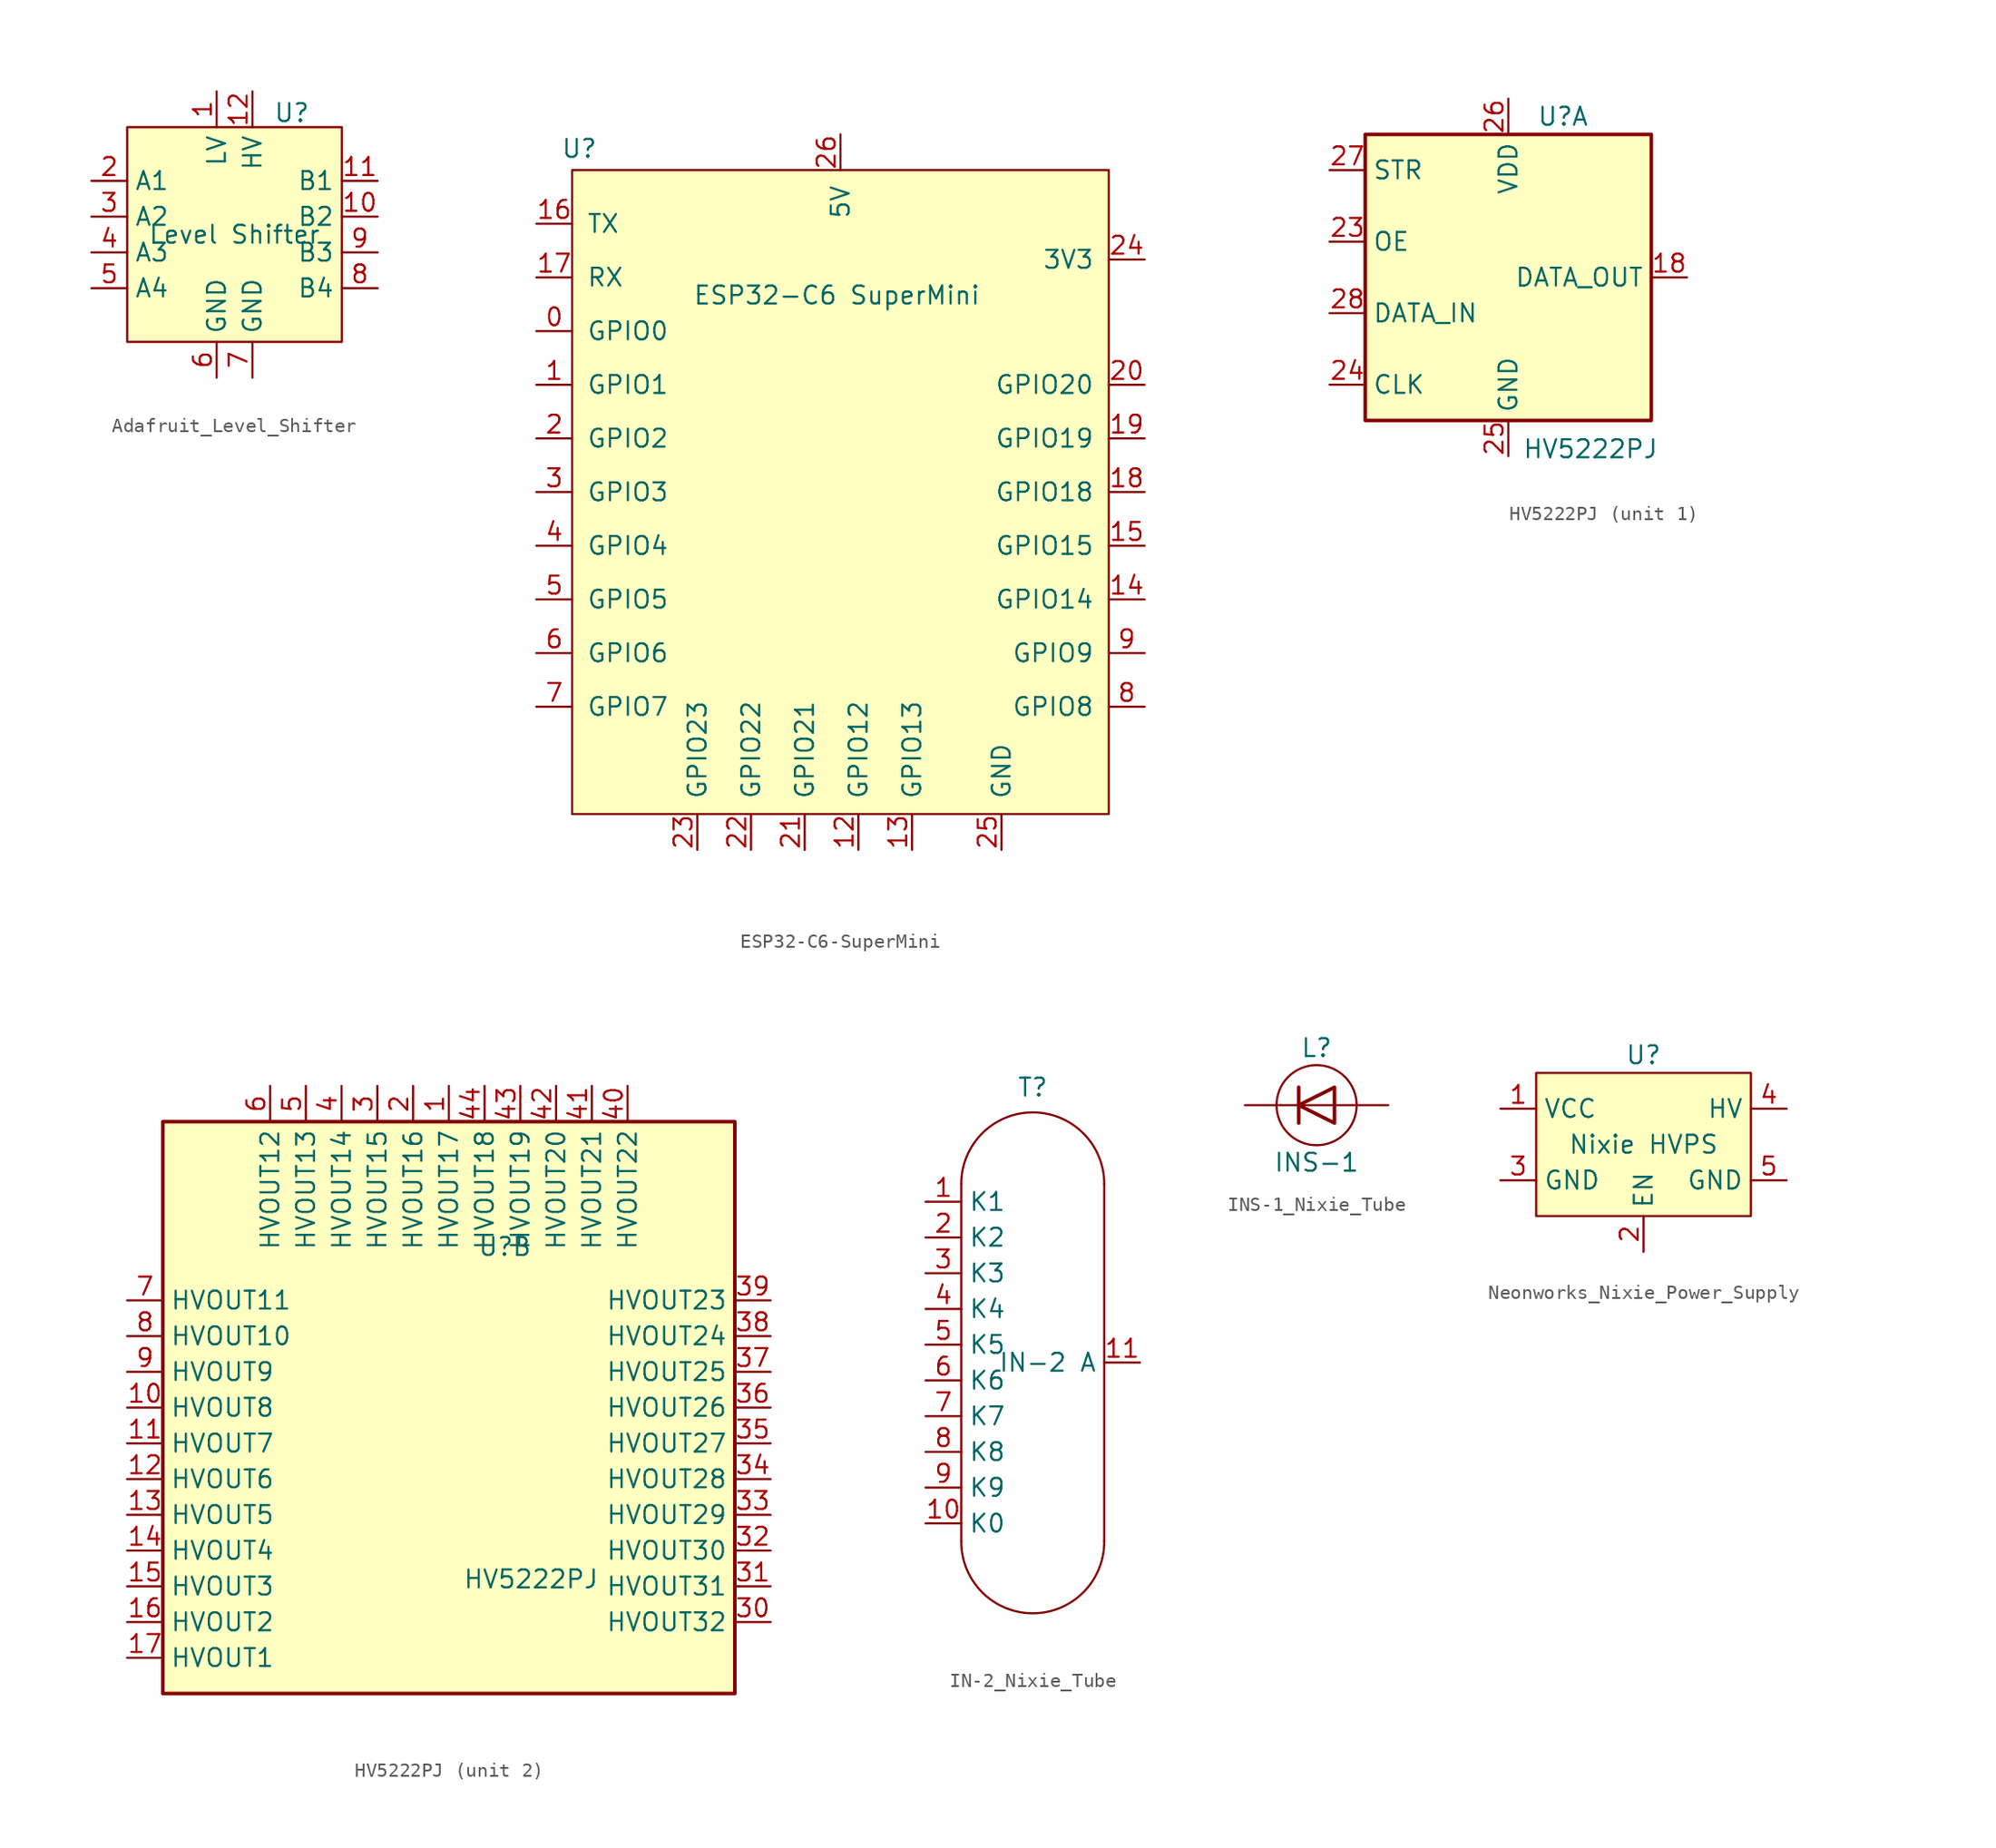
<source format=kicad_sym>
(kicad_symbol_lib
  (version 20241209)
  (generator "kicad_symbol_editor")
  (generator_version "9.0")
  (symbol "Adafruit_Level_Shifter"
    (property "Reference" "U"
      (at 4.064 8.636 0)
      (effects (font (size 1.27 1.27))))
    (property "Value" "Level Shifter"
      (at 0 0 0)
      (effects (font (size 1.27 1.27))))
    (symbol "Adafruit_Level_Shifter_0_0"
      (pin bidirectional line (at -10.16 3.81 0) (length 2.54) (name "A1" (effects (font (size 1.27 1.27)))) (number "2" (effects (font (size 1.27 1.27)))))
      (pin bidirectional line (at -10.16 1.27 0) (length 2.54) (name "A2" (effects (font (size 1.27 1.27)))) (number "3" (effects (font (size 1.27 1.27)))))
      (pin bidirectional line (at -10.16 -1.27 0) (length 2.54) (name "A3" (effects (font (size 1.27 1.27)))) (number "4" (effects (font (size 1.27 1.27)))))
      (pin bidirectional line (at -10.16 -3.81 0) (length 2.54) (name "A4" (effects (font (size 1.27 1.27)))) (number "5" (effects (font (size 1.27 1.27)))))
      (pin power_in line (at -1.27 10.16 270) (length 2.54) (name "LV" (effects (font (size 1.27 1.27)))) (number "1" (effects (font (size 1.27 1.27)))))
      (pin power_in line (at -1.27 -10.16 90) (length 2.54) (name "GND" (effects (font (size 1.27 1.27)))) (number "6" (effects (font (size 1.27 1.27)))))
      (pin power_in line (at 1.27 10.16 270) (length 2.54) (name "HV" (effects (font (size 1.27 1.27)))) (number "12" (effects (font (size 1.27 1.27)))))
      (pin power_in line (at 1.27 -10.16 90) (length 2.54) (name "GND" (effects (font (size 1.27 1.27)))) (number "7" (effects (font (size 1.27 1.27)))))
      (pin bidirectional line (at 10.16 3.81 180) (length 2.54) (name "B1" (effects (font (size 1.27 1.27)))) (number "11" (effects (font (size 1.27 1.27)))))
      (pin bidirectional line (at 10.16 1.27 180) (length 2.54) (name "B2" (effects (font (size 1.27 1.27)))) (number "10" (effects (font (size 1.27 1.27)))))
      (pin bidirectional line (at 10.16 -1.27 180) (length 2.54) (name "B3" (effects (font (size 1.27 1.27)))) (number "9" (effects (font (size 1.27 1.27)))))
      (pin bidirectional line (at 10.16 -3.81 180) (length 2.54) (name "B4" (effects (font (size 1.27 1.27)))) (number "8" (effects (font (size 1.27 1.27))))))
    (symbol "Adafruit_Level_Shifter_1_1"
      (rectangle (start -7.62 7.62) (end 7.62 -7.62) (stroke (width 0) (type solid)) (fill (type background)))))
  (symbol "ESP32-C6-SuperMini"
    (pin_names
      (offset 1.016))
    (property "Reference" "U"
      (at -18.542 23.114 0)
      (effects (font (size 1.27 1.27))))
    (property "Value" "ESP32-C6 SuperMini"
      (at -0.254 12.7 0)
      (effects (font (size 1.27 1.27))))
    (symbol "ESP32-C6-SuperMini_1_0"
      (pin bidirectional line (at -10.16 -26.67 90) (length 2.54) (name "GPIO23" (effects (font (size 1.27 1.27)))) (number "23" (effects (font (size 1.27 1.27)))))
      (pin bidirectional line (at -6.35 -26.67 90) (length 2.54) (name "GPIO22" (effects (font (size 1.27 1.27)))) (number "22" (effects (font (size 1.27 1.27)))))
      (pin bidirectional line (at -2.54 -26.67 90) (length 2.54) (name "GPIO21" (effects (font (size 1.27 1.27)))) (number "21" (effects (font (size 1.27 1.27)))))
      (pin bidirectional line (at 1.27 -26.67 90) (length 2.54) (name "GPIO12" (effects (font (size 1.27 1.27)))) (number "12" (effects (font (size 1.27 1.27)))) (alternate "USB_D-" bidirectional line))
      (pin bidirectional line (at 5.08 -26.67 90) (length 2.54) (name "GPIO13" (effects (font (size 1.27 1.27)))) (number "13" (effects (font (size 1.27 1.27)))) (alternate "USB_D+" bidirectional line)))
    (symbol "ESP32-C6-SuperMini_1_1"
      (rectangle (start -19.05 21.59) (end 19.05 -24.13) (stroke (width 0) (type solid)) (fill (type background)))
      (pin output line (at -21.59 17.78 0) (length 2.54) (name "TX" (effects (font (size 1.27 1.27)))) (number "16" (effects (font (size 1.27 1.27)))))
      (pin input line (at -21.59 13.97 0) (length 2.54) (name "RX" (effects (font (size 1.27 1.27)))) (number "17" (effects (font (size 1.27 1.27)))))
      (pin bidirectional line (at -21.59 10.16 0) (length 2.54) (name "GPIO0" (effects (font (size 1.27 1.27)))) (number "0" (effects (font (size 1.27 1.27)))))
      (pin bidirectional line (at -21.59 6.35 0) (length 2.54) (name "GPIO1" (effects (font (size 1.27 1.27)))) (number "1" (effects (font (size 1.27 1.27)))))
      (pin bidirectional line (at -21.59 2.54 0) (length 2.54) (name "GPIO2" (effects (font (size 1.27 1.27)))) (number "2" (effects (font (size 1.27 1.27)))))
      (pin bidirectional line (at -21.59 -1.27 0) (length 2.54) (name "GPIO3" (effects (font (size 1.27 1.27)))) (number "3" (effects (font (size 1.27 1.27)))))
      (pin bidirectional line (at -21.59 -5.08 0) (length 2.54) (name "GPIO4" (effects (font (size 1.27 1.27)))) (number "4" (effects (font (size 1.27 1.27)))) (alternate "MTMS" bidirectional line))
      (pin bidirectional line (at -21.59 -8.89 0) (length 2.54) (name "GPIO5" (effects (font (size 1.27 1.27)))) (number "5" (effects (font (size 1.27 1.27)))) (alternate "MTDI" bidirectional line))
      (pin bidirectional line (at -21.59 -12.7 0) (length 2.54) (name "GPIO6" (effects (font (size 1.27 1.27)))) (number "6" (effects (font (size 1.27 1.27)))))
      (pin bidirectional line (at -21.59 -16.51 0) (length 2.54) (name "GPIO7" (effects (font (size 1.27 1.27)))) (number "7" (effects (font (size 1.27 1.27)))))
      (pin power_in line (at 0 24.13 270) (length 2.54) (name "5V" (effects (font (size 1.27 1.27)))) (number "26" (effects (font (size 1.27 1.27)))))
      (pin power_in line (at 11.43 -26.67 90) (length 2.54) (name "GND" (effects (font (size 1.27 1.27)))) (number "25" (effects (font (size 1.27 1.27)))))
      (pin power_out line (at 21.59 15.24 180) (length 2.54) (name "3V3" (effects (font (size 1.27 1.27)))) (number "24" (effects (font (size 1.27 1.27)))))
      (pin bidirectional line (at 21.59 6.35 180) (length 2.54) (name "GPIO20" (effects (font (size 1.27 1.27)))) (number "20" (effects (font (size 1.27 1.27)))))
      (pin bidirectional line (at 21.59 2.54 180) (length 2.54) (name "GPIO19" (effects (font (size 1.27 1.27)))) (number "19" (effects (font (size 1.27 1.27)))) (alternate "FSPID" bidirectional line))
      (pin bidirectional line (at 21.59 -1.27 180) (length 2.54) (name "GPIO18" (effects (font (size 1.27 1.27)))) (number "18" (effects (font (size 1.27 1.27)))) (alternate "FSPIQ" bidirectional line))
      (pin bidirectional line (at 21.59 -5.08 180) (length 2.54) (name "GPIO15" (effects (font (size 1.27 1.27)))) (number "15" (effects (font (size 1.27 1.27)))) (alternate "LED" output line))
      (pin bidirectional line (at 21.59 -8.89 180) (length 2.54) (name "GPIO14" (effects (font (size 1.27 1.27)))) (number "14" (effects (font (size 1.27 1.27)))))
      (pin bidirectional line (at 21.59 -12.7 180) (length 2.54) (name "GPIO9" (effects (font (size 1.27 1.27)))) (number "9" (effects (font (size 1.27 1.27)))) (alternate "BOOT" input line))
      (pin bidirectional line (at 21.59 -16.51 180) (length 2.54) (name "GPIO8" (effects (font (size 1.27 1.27)))) (number "8" (effects (font (size 1.27 1.27)))) (alternate "RGBLED" output line))))
  (symbol "HV5222PJ"
    (property "Reference" "U"
      (at 2.032 11.43 0)
      (effects (font (size 1.27 1.27)) (justify left)))
    (property "Value" "HV5222PJ"
      (at 5.842 -12.192 0)
      (effects (font (size 1.27 1.27))))
    (property "ki_locked" ""
      (at 0 0 0)
      (effects (font (size 1.27 1.27))))
    (symbol "HV5222PJ_1_1"
      (rectangle (start -10.16 10.16) (end 10.16 -10.16) (stroke (width 0.254) (type solid)) (fill (type background)))
      (pin input line (at -12.7 7.62 0) (length 2.54) (name "STR" (effects (font (size 1.27 1.27)))) (number "27" (effects (font (size 1.27 1.27)))))
      (pin input line (at -12.7 2.54 0) (length 2.54) (name "OE" (effects (font (size 1.27 1.27)))) (number "23" (effects (font (size 1.27 1.27)))))
      (pin input line (at -12.7 -2.54 0) (length 2.54) (name "DATA_IN" (effects (font (size 1.27 1.27)))) (number "28" (effects (font (size 1.27 1.27)))))
      (pin input line (at -12.7 -7.62 0) (length 2.54) (name "CLK" (effects (font (size 1.27 1.27)))) (number "24" (effects (font (size 1.27 1.27)))))
      (pin power_in line (at 0 12.7 270) (length 2.54) (name "VDD" (effects (font (size 1.27 1.27)))) (number "26" (effects (font (size 1.27 1.27)))))
      (pin power_in line (at 0 -12.7 90) (length 2.54) (name "GND" (effects (font (size 1.27 1.27)))) (number "25" (effects (font (size 1.27 1.27)))))
      (pin output line (at 12.7 0 180) (length 2.54) (name "DATA_OUT" (effects (font (size 1.27 1.27)))) (number "18" (effects (font (size 1.27 1.27)))))
      (pin no_connect line (at 26.67 10.16 180) (length 2.54) (hide yes) (name "NC" (effects (font (size 1.27 1.27)))) (number "29" (effects (font (size 1.27 1.27)))))
      (pin no_connect line (at 26.67 6.35 180) (length 2.54) (hide yes) (name "NC" (effects (font (size 1.27 1.27)))) (number "22" (effects (font (size 1.27 1.27)))))
      (pin no_connect line (at 26.67 2.54 180) (length 2.54) (hide yes) (name "NC" (effects (font (size 1.27 1.27)))) (number "19" (effects (font (size 1.27 1.27)))))
      (pin no_connect line (at 26.67 -1.27 180) (length 2.54) (hide yes) (name "NC" (effects (font (size 1.27 1.27)))) (number "20" (effects (font (size 1.27 1.27)))))
      (pin no_connect line (at 26.67 -5.08 180) (length 2.54) (hide yes) (name "NC" (effects (font (size 1.27 1.27)))) (number "21" (effects (font (size 1.27 1.27))))))
    (symbol "HV5222PJ_2_0"
      (pin open_collector line (at 22.86 -5.08 180) (length 2.54) (name "HVOUT28" (effects (font (size 1.27 1.27)))) (number "34" (effects (font (size 1.27 1.27)))))
      (pin open_collector line (at 22.86 -7.62 180) (length 2.54) (name "HVOUT29" (effects (font (size 1.27 1.27)))) (number "33" (effects (font (size 1.27 1.27)))))
      (pin open_collector line (at 22.86 -10.16 180) (length 2.54) (name "HVOUT30" (effects (font (size 1.27 1.27)))) (number "32" (effects (font (size 1.27 1.27)))))
      (pin open_collector line (at 22.86 -12.7 180) (length 2.54) (name "HVOUT31" (effects (font (size 1.27 1.27)))) (number "31" (effects (font (size 1.27 1.27)))))
      (pin open_collector line (at 22.86 -15.24 180) (length 2.54) (name "HVOUT32" (effects (font (size 1.27 1.27)))) (number "30" (effects (font (size 1.27 1.27))))))
    (symbol "HV5222PJ_2_1"
      (rectangle (start -20.32 20.32) (end 20.32 -20.32) (stroke (width 0.254) (type solid)) (fill (type background)))
      (pin open_collector line (at -22.86 7.62 0) (length 2.54) (name "HVOUT11" (effects (font (size 1.27 1.27)))) (number "7" (effects (font (size 1.27 1.27)))))
      (pin open_collector line (at -22.86 5.08 0) (length 2.54) (name "HVOUT10" (effects (font (size 1.27 1.27)))) (number "8" (effects (font (size 1.27 1.27)))))
      (pin open_collector line (at -22.86 2.54 0) (length 2.54) (name "HVOUT9" (effects (font (size 1.27 1.27)))) (number "9" (effects (font (size 1.27 1.27)))))
      (pin open_collector line (at -22.86 0 0) (length 2.54) (name "HVOUT8" (effects (font (size 1.27 1.27)))) (number "10" (effects (font (size 1.27 1.27)))))
      (pin open_collector line (at -22.86 -2.54 0) (length 2.54) (name "HVOUT7" (effects (font (size 1.27 1.27)))) (number "11" (effects (font (size 1.27 1.27)))))
      (pin open_collector line (at -22.86 -5.08 0) (length 2.54) (name "HVOUT6" (effects (font (size 1.27 1.27)))) (number "12" (effects (font (size 1.27 1.27)))))
      (pin open_collector line (at -22.86 -7.62 0) (length 2.54) (name "HVOUT5" (effects (font (size 1.27 1.27)))) (number "13" (effects (font (size 1.27 1.27)))))
      (pin open_collector line (at -22.86 -10.16 0) (length 2.54) (name "HVOUT4" (effects (font (size 1.27 1.27)))) (number "14" (effects (font (size 1.27 1.27)))))
      (pin open_collector line (at -22.86 -12.7 0) (length 2.54) (name "HVOUT3" (effects (font (size 1.27 1.27)))) (number "15" (effects (font (size 1.27 1.27)))))
      (pin open_collector line (at -22.86 -15.24 0) (length 2.54) (name "HVOUT2" (effects (font (size 1.27 1.27)))) (number "16" (effects (font (size 1.27 1.27)))))
      (pin open_collector line (at -22.86 -17.78 0) (length 2.54) (name "HVOUT1" (effects (font (size 1.27 1.27)))) (number "17" (effects (font (size 1.27 1.27)))))
      (pin open_collector line (at -12.7 22.86 270) (length 2.54) (name "HVOUT12" (effects (font (size 1.27 1.27)))) (number "6" (effects (font (size 1.27 1.27)))))
      (pin open_collector line (at -10.16 22.86 270) (length 2.54) (name "HVOUT13" (effects (font (size 1.27 1.27)))) (number "5" (effects (font (size 1.27 1.27)))))
      (pin open_collector line (at -7.62 22.86 270) (length 2.54) (name "HVOUT14" (effects (font (size 1.27 1.27)))) (number "4" (effects (font (size 1.27 1.27)))))
      (pin open_collector line (at -5.08 22.86 270) (length 2.54) (name "HVOUT15" (effects (font (size 1.27 1.27)))) (number "3" (effects (font (size 1.27 1.27)))))
      (pin open_collector line (at -2.54 22.86 270) (length 2.54) (name "HVOUT16" (effects (font (size 1.27 1.27)))) (number "2" (effects (font (size 1.27 1.27)))))
      (pin open_collector line (at 0 22.86 270) (length 2.54) (name "HVOUT17" (effects (font (size 1.27 1.27)))) (number "1" (effects (font (size 1.27 1.27)))))
      (pin open_collector line (at 2.54 22.86 270) (length 2.54) (name "HVOUT18" (effects (font (size 1.27 1.27)))) (number "44" (effects (font (size 1.27 1.27)))))
      (pin open_collector line (at 5.08 22.86 270) (length 2.54) (name "HVOUT19" (effects (font (size 1.27 1.27)))) (number "43" (effects (font (size 1.27 1.27)))))
      (pin open_collector line (at 7.62 22.86 270) (length 2.54) (name "HVOUT20" (effects (font (size 1.27 1.27)))) (number "42" (effects (font (size 1.27 1.27)))))
      (pin open_collector line (at 10.16 22.86 270) (length 2.54) (name "HVOUT21" (effects (font (size 1.27 1.27)))) (number "41" (effects (font (size 1.27 1.27)))))
      (pin open_collector line (at 12.7 22.86 270) (length 2.54) (name "HVOUT22" (effects (font (size 1.27 1.27)))) (number "40" (effects (font (size 1.27 1.27)))))
      (pin open_collector line (at 22.86 7.62 180) (length 2.54) (name "HVOUT23" (effects (font (size 1.27 1.27)))) (number "39" (effects (font (size 1.27 1.27)))))
      (pin open_collector line (at 22.86 5.08 180) (length 2.54) (name "HVOUT24" (effects (font (size 1.27 1.27)))) (number "38" (effects (font (size 1.27 1.27)))))
      (pin open_collector line (at 22.86 2.54 180) (length 2.54) (name "HVOUT25" (effects (font (size 1.27 1.27)))) (number "37" (effects (font (size 1.27 1.27)))))
      (pin open_collector line (at 22.86 0 180) (length 2.54) (name "HVOUT26" (effects (font (size 1.27 1.27)))) (number "36" (effects (font (size 1.27 1.27)))))
      (pin open_collector line (at 22.86 -2.54 180) (length 2.54) (name "HVOUT27" (effects (font (size 1.27 1.27)))) (number "35" (effects (font (size 1.27 1.27)))))))
  (symbol "IN-2_Nixie_Tube"
    (property "Reference" "T"
      (at 0 19.558 0)
      (effects (font (size 1.27 1.27))))
    (property "Value" "IN-2"
      (at 0 0 0)
      (effects (font (size 1.27 1.27))))
    (symbol "IN-2_Nixie_Tube_0_0"
      (pin passive line (at -7.62 11.43 0) (length 2.54) (name "K1" (effects (font (size 1.27 1.27)))) (number "1" (effects (font (size 1.27 1.27)))))
      (pin passive line (at -7.62 8.89 0) (length 2.54) (name "K2" (effects (font (size 1.27 1.27)))) (number "2" (effects (font (size 1.27 1.27)))))
      (pin passive line (at -7.62 6.35 0) (length 2.54) (name "K3" (effects (font (size 1.27 1.27)))) (number "3" (effects (font (size 1.27 1.27)))))
      (pin passive line (at -7.62 3.81 0) (length 2.54) (name "K4" (effects (font (size 1.27 1.27)))) (number "4" (effects (font (size 1.27 1.27)))))
      (pin passive line (at -7.62 1.27 0) (length 2.54) (name "K5" (effects (font (size 1.27 1.27)))) (number "5" (effects (font (size 1.27 1.27)))))
      (pin passive line (at -7.62 -1.27 0) (length 2.54) (name "K6" (effects (font (size 1.27 1.27)))) (number "6" (effects (font (size 1.27 1.27)))))
      (pin passive line (at -7.62 -3.81 0) (length 2.54) (name "K7" (effects (font (size 1.27 1.27)))) (number "7" (effects (font (size 1.27 1.27)))))
      (pin passive line (at -7.62 -6.35 0) (length 2.54) (name "K8" (effects (font (size 1.27 1.27)))) (number "8" (effects (font (size 1.27 1.27)))))
      (pin passive line (at -7.62 -8.89 0) (length 2.54) (name "K9" (effects (font (size 1.27 1.27)))) (number "9" (effects (font (size 1.27 1.27)))))
      (pin passive line (at -7.62 -11.43 0) (length 2.54) (name "K0" (effects (font (size 1.27 1.27)))) (number "10" (effects (font (size 1.27 1.27)))))
      (pin passive line (at 7.62 0 180) (length 2.54) (name "A" (effects (font (size 1.27 1.27)))) (number "11" (effects (font (size 1.27 1.27))))))
    (symbol "IN-2_Nixie_Tube_1_1"
      (polyline (pts (xy -5.08 -12.7) (xy -5.08 12.7)) (stroke (width 0) (type default)) (fill (type none)))
      (arc (start -5.08 12.7) (mid 0 17.78) (end 5.08 12.7) (stroke (width 0) (type default)) (fill (type none)))
      (arc (start 5.08 -12.7) (mid 0 -17.8253) (end -5.08 -12.7) (stroke (width 0) (type default)) (fill (type none)))
      (polyline (pts (xy 5.08 -12.7) (xy 5.08 12.7)) (stroke (width 0) (type default)) (fill (type none)))))
  (symbol "INS-1_Nixie_Tube"
    (pin_numbers
      (hide yes))
    (pin_names
      (hide yes))
    (property "Reference" "L"
      (at 0 4.064 0)
      (effects (font (size 1.27 1.27))))
    (property "Value" "INS-1"
      (at 0 -4.064 0)
      (effects (font (size 1.27 1.27))))
    (symbol "INS-1_Nixie_Tube_0_0"
      (pin passive line (at -5.08 0 0) (length 2.54) (name "K" (effects (font (size 1.27 1.27)))) (number "1" (effects (font (size 1.27 1.27)))))
      (pin passive line (at 5.08 0 180) (length 2.54) (name "A" (effects (font (size 1.27 1.27)))) (number "2" (effects (font (size 1.27 1.27))))))
    (symbol "INS-1_Nixie_Tube_0_1"
      (polyline (pts (xy -2.54 0) (xy 2.54 0)) (stroke (width 0) (type default)) (fill (type none)))
      (polyline (pts (xy -1.27 -1.27) (xy -1.27 1.27)) (stroke (width 0.254) (type default)) (fill (type none)))
      (circle (center 0 0) (radius 2.84) (stroke (width 0) (type default)) (fill (type none)))
      (polyline (pts (xy 1.27 -1.27) (xy 1.27 1.27) (xy -1.27 0) (xy 1.27 -1.27)) (stroke (width 0.254) (type default)) (fill (type none)))))
  (symbol "Neonworks_Nixie_Power_Supply"
    (property "Reference" "U"
      (at 0 6.35 0)
      (effects (font (size 1.27 1.27))))
    (property "Value" "Nixie HVPS"
      (at 0 0 0)
      (effects (font (size 1.27 1.27))))
    (symbol "Neonworks_Nixie_Power_Supply_0_0"
      (pin power_in line (at -10.16 2.54 0) (length 2.54) (name "VCC" (effects (font (size 1.27 1.27)))) (number "1" (effects (font (size 1.27 1.27)))))
      (pin power_in line (at -10.16 -2.54 0) (length 2.54) (name "GND" (effects (font (size 1.27 1.27)))) (number "3" (effects (font (size 1.27 1.27)))))
      (pin input line (at 0 -7.62 90) (length 2.54) (name "EN" (effects (font (size 1.27 1.27)))) (number "2" (effects (font (size 1.27 1.27)))))
      (pin power_out line (at 10.16 2.54 180) (length 2.54) (name "HV" (effects (font (size 1.27 1.27)))) (number "4" (effects (font (size 1.27 1.27)))))
      (pin power_out line (at 10.16 -2.54 180) (length 2.54) (name "GND" (effects (font (size 1.27 1.27)))) (number "5" (effects (font (size 1.27 1.27))))))
    (symbol "Neonworks_Nixie_Power_Supply_1_1"
      (rectangle (start -7.62 5.08) (end 7.62 -5.08) (stroke (width 0) (type solid)) (fill (type background))))))
</source>
